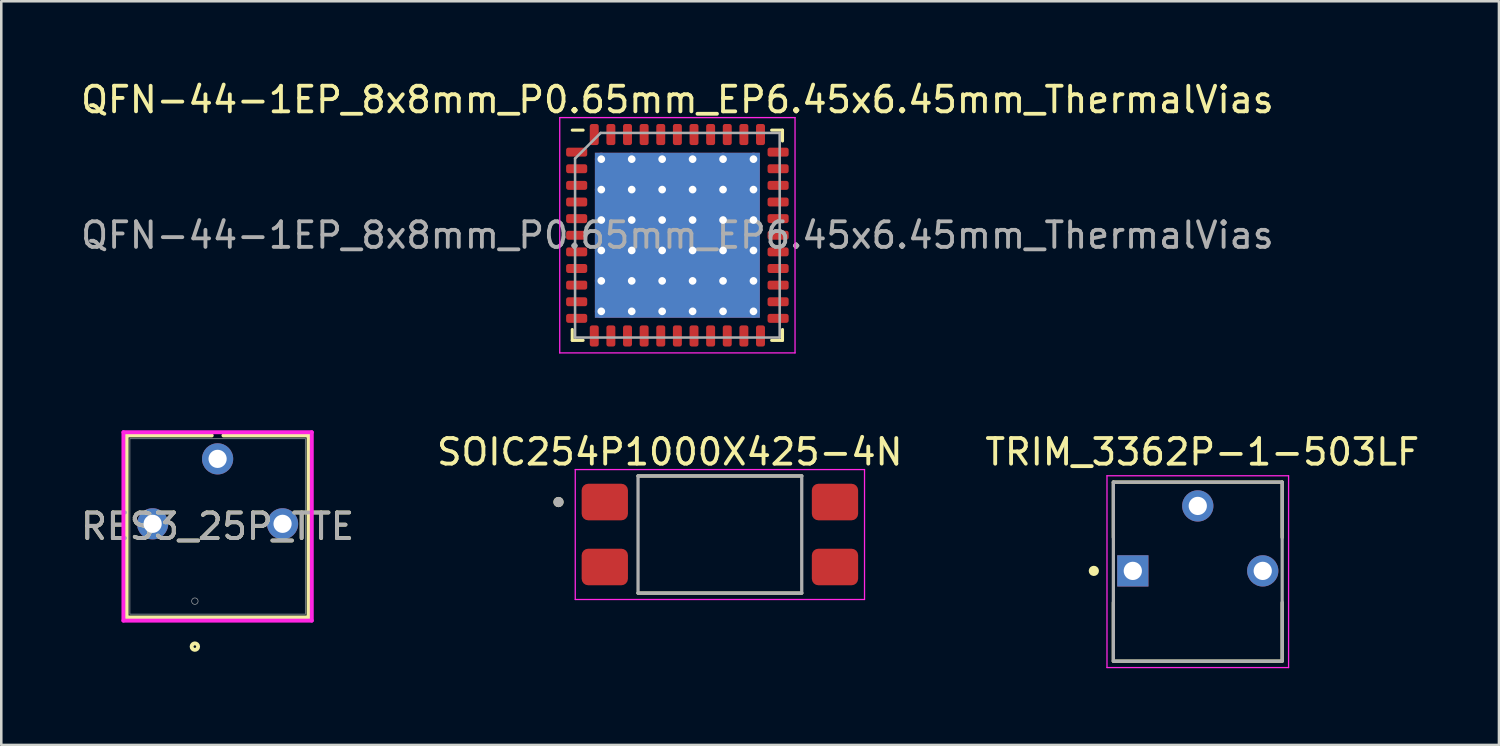
<source format=kicad_pcb>
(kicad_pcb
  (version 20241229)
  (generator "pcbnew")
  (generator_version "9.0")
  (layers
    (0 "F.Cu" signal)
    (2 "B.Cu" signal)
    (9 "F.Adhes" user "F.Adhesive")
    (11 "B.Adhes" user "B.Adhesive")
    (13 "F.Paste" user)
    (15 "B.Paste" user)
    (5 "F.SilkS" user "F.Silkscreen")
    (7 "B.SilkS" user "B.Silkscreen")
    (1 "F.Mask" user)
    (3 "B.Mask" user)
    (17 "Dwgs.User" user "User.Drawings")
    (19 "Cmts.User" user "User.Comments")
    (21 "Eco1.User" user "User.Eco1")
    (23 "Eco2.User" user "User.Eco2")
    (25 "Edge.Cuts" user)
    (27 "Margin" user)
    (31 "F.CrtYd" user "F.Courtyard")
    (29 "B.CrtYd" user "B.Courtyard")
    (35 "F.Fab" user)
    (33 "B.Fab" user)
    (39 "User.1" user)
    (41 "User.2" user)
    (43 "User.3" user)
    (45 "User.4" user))
  (footprint "QFN-44-1EP_8x8mm_P0.65mm_EP6.45x6.45mm_ThermalVias"
    (layer "F.Cu")
    (at 23.435 6.148)
    (property "Reference" "QFN-44-1EP_8x8mm_P0.65mm_EP6.45x6.45mm_ThermalVias" (at 0 -5.3 0) (layer "F.SilkS") (effects (font (size 1 1) (thickness 0.15))))
    (attr smd)
    (fp_line (start -4.11 4.11) (end -4.11 3.685) (stroke (width 0.12) (type solid)) (layer "F.SilkS"))
    (fp_line (start -3.685 -4.11) (end -4.11 -4.11) (stroke (width 0.12) (type solid)) (layer "F.SilkS"))
    (fp_line (start -3.685 4.11) (end -4.11 4.11) (stroke (width 0.12) (type solid)) (layer "F.SilkS"))
    (fp_line (start 3.685 -4.11) (end 4.11 -4.11) (stroke (width 0.12) (type solid)) (layer "F.SilkS"))
    (fp_line (start 3.685 4.11) (end 4.11 4.11) (stroke (width 0.12) (type solid)) (layer "F.SilkS"))
    (fp_line (start 4.11 -4.11) (end 4.11 -3.685) (stroke (width 0.12) (type solid)) (layer "F.SilkS"))
    (fp_line (start 4.11 4.11) (end 4.11 3.685) (stroke (width 0.12) (type solid)) (layer "F.SilkS"))
    (fp_line (start -4.6 -4.6) (end -4.6 4.6) (stroke (width 0.05) (type solid)) (layer "F.CrtYd"))
    (fp_line (start -4.6 4.6) (end 4.6 4.6) (stroke (width 0.05) (type solid)) (layer "F.CrtYd"))
    (fp_line (start 4.6 -4.6) (end -4.6 -4.6) (stroke (width 0.05) (type solid)) (layer "F.CrtYd"))
    (fp_line (start 4.6 4.6) (end 4.6 -4.6) (stroke (width 0.05) (type solid)) (layer "F.CrtYd"))
    (fp_line (start -4 -3) (end -3 -4) (stroke (width 0.1) (type solid)) (layer "F.Fab"))
    (fp_line (start -4 4) (end -4 -3) (stroke (width 0.1) (type solid)) (layer "F.Fab"))
    (fp_line (start -3 -4) (end 4 -4) (stroke (width 0.1) (type solid)) (layer "F.Fab"))
    (fp_line (start 4 -4) (end 4 4) (stroke (width 0.1) (type solid)) (layer "F.Fab"))
    (fp_line (start 4 4) (end -4 4) (stroke (width 0.1) (type solid)) (layer "F.Fab"))
    (fp_text user "${REFERENCE}" (at 0 0 0) (layer "F.Fab") (effects (font (size 1 1) (thickness 0.15))))
    (pad "" smd roundrect (at -2.38 -2.38) (size 0.999 0.999) (layers "F.Paste") (roundrect_rratio 0.25))
    (pad "" smd roundrect (at -2.38 -1.19) (size 0.999 0.999) (layers "F.Paste") (roundrect_rratio 0.25))
    (pad "" smd roundrect (at -2.38 0) (size 0.999 0.999) (layers "F.Paste") (roundrect_rratio 0.25))
    (pad "" smd roundrect (at -2.38 1.19) (size 0.999 0.999) (layers "F.Paste") (roundrect_rratio 0.25))
    (pad "" smd roundrect (at -2.38 2.38) (size 0.999 0.999) (layers "F.Paste") (roundrect_rratio 0.25))
    (pad "" smd roundrect (at -1.19 -2.38) (size 0.999 0.999) (layers "F.Paste") (roundrect_rratio 0.25))
    (pad "" smd roundrect (at -1.19 -1.19) (size 0.999 0.999) (layers "F.Paste") (roundrect_rratio 0.25))
    (pad "" smd roundrect (at -1.19 0) (size 0.999 0.999) (layers "F.Paste") (roundrect_rratio 0.25))
    (pad "" smd roundrect (at -1.19 1.19) (size 0.999 0.999) (layers "F.Paste") (roundrect_rratio 0.25))
    (pad "" smd roundrect (at -1.19 2.38) (size 0.999 0.999) (layers "F.Paste") (roundrect_rratio 0.25))
    (pad "" smd roundrect (at 0 -2.38) (size 0.999 0.999) (layers "F.Paste") (roundrect_rratio 0.25))
    (pad "" smd roundrect (at 0 -1.19) (size 0.999 0.999) (layers "F.Paste") (roundrect_rratio 0.25))
    (pad "" smd roundrect (at 0 0) (size 0.999 0.999) (layers "F.Paste") (roundrect_rratio 0.25))
    (pad "" smd roundrect (at 0 1.19) (size 0.999 0.999) (layers "F.Paste") (roundrect_rratio 0.25))
    (pad "" smd roundrect (at 0 2.38) (size 0.999 0.999) (layers "F.Paste") (roundrect_rratio 0.25))
    (pad "" smd roundrect (at 1.19 -2.38) (size 0.999 0.999) (layers "F.Paste") (roundrect_rratio 0.25))
    (pad "" smd roundrect (at 1.19 -1.19) (size 0.999 0.999) (layers "F.Paste") (roundrect_rratio 0.25))
    (pad "" smd roundrect (at 1.19 0) (size 0.999 0.999) (layers "F.Paste") (roundrect_rratio 0.25))
    (pad "" smd roundrect (at 1.19 1.19) (size 0.999 0.999) (layers "F.Paste") (roundrect_rratio 0.25))
    (pad "" smd roundrect (at 1.19 2.38) (size 0.999 0.999) (layers "F.Paste") (roundrect_rratio 0.25))
    (pad "" smd roundrect (at 2.38 -2.38) (size 0.999 0.999) (layers "F.Paste") (roundrect_rratio 0.25))
    (pad "" smd roundrect (at 2.38 -1.19) (size 0.999 0.999) (layers "F.Paste") (roundrect_rratio 0.25))
    (pad "" smd roundrect (at 2.38 0) (size 0.999 0.999) (layers "F.Paste") (roundrect_rratio 0.25))
    (pad "" smd roundrect (at 2.38 1.19) (size 0.999 0.999) (layers "F.Paste") (roundrect_rratio 0.25))
    (pad "" smd roundrect (at 2.38 2.38) (size 0.999 0.999) (layers "F.Paste") (roundrect_rratio 0.25))
    (pad "1" smd roundrect (at -3.938 -3.25) (size 0.825 0.35) (layers "F.Cu" "F.Mask" "F.Paste") (roundrect_rratio 0.25))
    (pad "2" smd roundrect (at -3.938 -2.6) (size 0.825 0.35) (layers "F.Cu" "F.Mask" "F.Paste") (roundrect_rratio 0.25))
    (pad "3" smd roundrect (at -3.938 -1.95) (size 0.825 0.35) (layers "F.Cu" "F.Mask" "F.Paste") (roundrect_rratio 0.25))
    (pad "4" smd roundrect (at -3.938 -1.3) (size 0.825 0.35) (layers "F.Cu" "F.Mask" "F.Paste") (roundrect_rratio 0.25))
    (pad "5" smd roundrect (at -3.938 -0.65) (size 0.825 0.35) (layers "F.Cu" "F.Mask" "F.Paste") (roundrect_rratio 0.25))
    (pad "6" smd roundrect (at -3.938 0) (size 0.825 0.35) (layers "F.Cu" "F.Mask" "F.Paste") (roundrect_rratio 0.25))
    (pad "7" smd roundrect (at -3.938 0.65) (size 0.825 0.35) (layers "F.Cu" "F.Mask" "F.Paste") (roundrect_rratio 0.25))
    (pad "8" smd roundrect (at -3.938 1.3) (size 0.825 0.35) (layers "F.Cu" "F.Mask" "F.Paste") (roundrect_rratio 0.25))
    (pad "9" smd roundrect (at -3.938 1.95) (size 0.825 0.35) (layers "F.Cu" "F.Mask" "F.Paste") (roundrect_rratio 0.25))
    (pad "10" smd roundrect (at -3.938 2.6) (size 0.825 0.35) (layers "F.Cu" "F.Mask" "F.Paste") (roundrect_rratio 0.25))
    (pad "11" smd roundrect (at -3.938 3.25) (size 0.825 0.35) (layers "F.Cu" "F.Mask" "F.Paste") (roundrect_rratio 0.25))
    (pad "12" smd roundrect (at -3.25 3.938) (size 0.35 0.825) (layers "F.Cu" "F.Mask" "F.Paste") (roundrect_rratio 0.25))
    (pad "13" smd roundrect (at -2.6 3.938) (size 0.35 0.825) (layers "F.Cu" "F.Mask" "F.Paste") (roundrect_rratio 0.25))
    (pad "14" smd roundrect (at -1.95 3.938) (size 0.35 0.825) (layers "F.Cu" "F.Mask" "F.Paste") (roundrect_rratio 0.25))
    (pad "15" smd roundrect (at -1.3 3.938) (size 0.35 0.825) (layers "F.Cu" "F.Mask" "F.Paste") (roundrect_rratio 0.25))
    (pad "16" smd roundrect (at -0.65 3.938) (size 0.35 0.825) (layers "F.Cu" "F.Mask" "F.Paste") (roundrect_rratio 0.25))
    (pad "17" smd roundrect (at 0 3.938) (size 0.35 0.825) (layers "F.Cu" "F.Mask" "F.Paste") (roundrect_rratio 0.25))
    (pad "18" smd roundrect (at 0.65 3.938) (size 0.35 0.825) (layers "F.Cu" "F.Mask" "F.Paste") (roundrect_rratio 0.25))
    (pad "19" smd roundrect (at 1.3 3.938) (size 0.35 0.825) (layers "F.Cu" "F.Mask" "F.Paste") (roundrect_rratio 0.25))
    (pad "20" smd roundrect (at 1.95 3.938) (size 0.35 0.825) (layers "F.Cu" "F.Mask" "F.Paste") (roundrect_rratio 0.25))
    (pad "21" smd roundrect (at 2.6 3.938) (size 0.35 0.825) (layers "F.Cu" "F.Mask" "F.Paste") (roundrect_rratio 0.25))
    (pad "22" smd roundrect (at 3.25 3.938) (size 0.35 0.825) (layers "F.Cu" "F.Mask" "F.Paste") (roundrect_rratio 0.25))
    (pad "23" smd roundrect (at 3.938 3.25) (size 0.825 0.35) (layers "F.Cu" "F.Mask" "F.Paste") (roundrect_rratio 0.25))
    (pad "24" smd roundrect (at 3.938 2.6) (size 0.825 0.35) (layers "F.Cu" "F.Mask" "F.Paste") (roundrect_rratio 0.25))
    (pad "25" smd roundrect (at 3.938 1.95) (size 0.825 0.35) (layers "F.Cu" "F.Mask" "F.Paste") (roundrect_rratio 0.25))
    (pad "26" smd roundrect (at 3.938 1.3) (size 0.825 0.35) (layers "F.Cu" "F.Mask" "F.Paste") (roundrect_rratio 0.25))
    (pad "27" smd roundrect (at 3.938 0.65) (size 0.825 0.35) (layers "F.Cu" "F.Mask" "F.Paste") (roundrect_rratio 0.25))
    (pad "28" smd roundrect (at 3.938 0) (size 0.825 0.35) (layers "F.Cu" "F.Mask" "F.Paste") (roundrect_rratio 0.25))
    (pad "29" smd roundrect (at 3.938 -0.65) (size 0.825 0.35) (layers "F.Cu" "F.Mask" "F.Paste") (roundrect_rratio 0.25))
    (pad "30" smd roundrect (at 3.938 -1.3) (size 0.825 0.35) (layers "F.Cu" "F.Mask" "F.Paste") (roundrect_rratio 0.25))
    (pad "31" smd roundrect (at 3.938 -1.95) (size 0.825 0.35) (layers "F.Cu" "F.Mask" "F.Paste") (roundrect_rratio 0.25))
    (pad "32" smd roundrect (at 3.938 -2.6) (size 0.825 0.35) (layers "F.Cu" "F.Mask" "F.Paste") (roundrect_rratio 0.25))
    (pad "33" smd roundrect (at 3.938 -3.25) (size 0.825 0.35) (layers "F.Cu" "F.Mask" "F.Paste") (roundrect_rratio 0.25))
    (pad "34" smd roundrect (at 3.25 -3.938) (size 0.35 0.825) (layers "F.Cu" "F.Mask" "F.Paste") (roundrect_rratio 0.25))
    (pad "35" smd roundrect (at 2.6 -3.938) (size 0.35 0.825) (layers "F.Cu" "F.Mask" "F.Paste") (roundrect_rratio 0.25))
    (pad "36" smd roundrect (at 1.95 -3.938) (size 0.35 0.825) (layers "F.Cu" "F.Mask" "F.Paste") (roundrect_rratio 0.25))
    (pad "37" smd roundrect (at 1.3 -3.938) (size 0.35 0.825) (layers "F.Cu" "F.Mask" "F.Paste") (roundrect_rratio 0.25))
    (pad "38" smd roundrect (at 0.65 -3.938) (size 0.35 0.825) (layers "F.Cu" "F.Mask" "F.Paste") (roundrect_rratio 0.25))
    (pad "39" smd roundrect (at 0 -3.938) (size 0.35 0.825) (layers "F.Cu" "F.Mask" "F.Paste") (roundrect_rratio 0.25))
    (pad "40" smd roundrect (at -0.65 -3.938) (size 0.35 0.825) (layers "F.Cu" "F.Mask" "F.Paste") (roundrect_rratio 0.25))
    (pad "41" smd roundrect (at -1.3 -3.938) (size 0.35 0.825) (layers "F.Cu" "F.Mask" "F.Paste") (roundrect_rratio 0.25))
    (pad "42" smd roundrect (at -1.95 -3.938) (size 0.35 0.825) (layers "F.Cu" "F.Mask" "F.Paste") (roundrect_rratio 0.25))
    (pad "43" smd roundrect (at -2.6 -3.938) (size 0.35 0.825) (layers "F.Cu" "F.Mask" "F.Paste") (roundrect_rratio 0.25))
    (pad "44" smd roundrect (at -3.25 -3.938) (size 0.35 0.825) (layers "F.Cu" "F.Mask" "F.Paste") (roundrect_rratio 0.25))
    (pad "45" thru_hole circle (at -2.975 -2.975) (size 0.5 0.5) (drill 0.3) (layers "*.Cu"))
    (pad "45" thru_hole circle (at -2.975 -1.785) (size 0.5 0.5) (drill 0.3) (layers "*.Cu"))
    (pad "45" thru_hole circle (at -2.975 -0.595) (size 0.5 0.5) (drill 0.3) (layers "*.Cu"))
    (pad "45" thru_hole circle (at -2.975 0.595) (size 0.5 0.5) (drill 0.3) (layers "*.Cu"))
    (pad "45" thru_hole circle (at -2.975 1.785) (size 0.5 0.5) (drill 0.3) (layers "*.Cu"))
    (pad "45" thru_hole circle (at -2.975 2.975) (size 0.5 0.5) (drill 0.3) (layers "*.Cu"))
    (pad "45" thru_hole circle (at -1.785 -2.975) (size 0.5 0.5) (drill 0.3) (layers "*.Cu"))
    (pad "45" thru_hole circle (at -1.785 -1.785) (size 0.5 0.5) (drill 0.3) (layers "*.Cu"))
    (pad "45" thru_hole circle (at -1.785 -0.595) (size 0.5 0.5) (drill 0.3) (layers "*.Cu"))
    (pad "45" thru_hole circle (at -1.785 0.595) (size 0.5 0.5) (drill 0.3) (layers "*.Cu"))
    (pad "45" thru_hole circle (at -1.785 1.785) (size 0.5 0.5) (drill 0.3) (layers "*.Cu"))
    (pad "45" thru_hole circle (at -1.785 2.975) (size 0.5 0.5) (drill 0.3) (layers "*.Cu"))
    (pad "45" thru_hole circle (at -0.595 -2.975) (size 0.5 0.5) (drill 0.3) (layers "*.Cu"))
    (pad "45" thru_hole circle (at -0.595 -1.785) (size 0.5 0.5) (drill 0.3) (layers "*.Cu"))
    (pad "45" thru_hole circle (at -0.595 -0.595) (size 0.5 0.5) (drill 0.3) (layers "*.Cu"))
    (pad "45" thru_hole circle (at -0.595 0.595) (size 0.5 0.5) (drill 0.3) (layers "*.Cu"))
    (pad "45" thru_hole circle (at -0.595 1.785) (size 0.5 0.5) (drill 0.3) (layers "*.Cu"))
    (pad "45" thru_hole circle (at -0.595 2.975) (size 0.5 0.5) (drill 0.3) (layers "*.Cu"))
    (pad "45" smd rect (at 0 0) (size 6.45 6.45) (layers "F.Cu" "F.Mask"))
    (pad "45" smd rect (at 0 0) (size 6.45 6.45) (layers "B.Cu"))
    (pad "45" thru_hole circle (at 0.595 -2.975) (size 0.5 0.5) (drill 0.3) (layers "*.Cu"))
    (pad "45" thru_hole circle (at 0.595 -1.785) (size 0.5 0.5) (drill 0.3) (layers "*.Cu"))
    (pad "45" thru_hole circle (at 0.595 -0.595) (size 0.5 0.5) (drill 0.3) (layers "*.Cu"))
    (pad "45" thru_hole circle (at 0.595 0.595) (size 0.5 0.5) (drill 0.3) (layers "*.Cu"))
    (pad "45" thru_hole circle (at 0.595 1.785) (size 0.5 0.5) (drill 0.3) (layers "*.Cu"))
    (pad "45" thru_hole circle (at 0.595 2.975) (size 0.5 0.5) (drill 0.3) (layers "*.Cu"))
    (pad "45" thru_hole circle (at 1.785 -2.975) (size 0.5 0.5) (drill 0.3) (layers "*.Cu"))
    (pad "45" thru_hole circle (at 1.785 -1.785) (size 0.5 0.5) (drill 0.3) (layers "*.Cu"))
    (pad "45" thru_hole circle (at 1.785 -0.595) (size 0.5 0.5) (drill 0.3) (layers "*.Cu"))
    (pad "45" thru_hole circle (at 1.785 0.595) (size 0.5 0.5) (drill 0.3) (layers "*.Cu"))
    (pad "45" thru_hole circle (at 1.785 1.785) (size 0.5 0.5) (drill 0.3) (layers "*.Cu"))
    (pad "45" thru_hole circle (at 1.785 2.975) (size 0.5 0.5) (drill 0.3) (layers "*.Cu"))
    (pad "45" thru_hole circle (at 2.975 -2.975) (size 0.5 0.5) (drill 0.3) (layers "*.Cu"))
    (pad "45" thru_hole circle (at 2.975 -1.785) (size 0.5 0.5) (drill 0.3) (layers "*.Cu"))
    (pad "45" thru_hole circle (at 2.975 -0.595) (size 0.5 0.5) (drill 0.3) (layers "*.Cu"))
    (pad "45" thru_hole circle (at 2.975 0.595) (size 0.5 0.5) (drill 0.3) (layers "*.Cu"))
    (pad "45" thru_hole circle (at 2.975 1.785) (size 0.5 0.5) (drill 0.3) (layers "*.Cu"))
    (pad "45" thru_hole circle (at 2.975 2.975) (size 0.5 0.5) (drill 0.3) (layers "*.Cu")))
  (footprint "RES3_25P_TTE"
    (layer "F.Cu")
    (at 2.918 17.431)
    (property "Reference" "RES3_25P_TTE" (at 2.54 0.102 0) (unlocked yes) (layer "F.SilkS") (effects (font (size 1 1) (thickness 0.15))))
    (attr through_hole)
    (fp_line (start -1.016 -3.454) (end -1.016 3.658) (stroke (width 0.152) (type solid)) (layer "F.SilkS"))
    (fp_line (start -1.016 3.658) (end 6.096 3.658) (stroke (width 0.152) (type solid)) (layer "F.SilkS"))
    (fp_line (start 2.312 -3.454) (end -1.016 -3.454) (stroke (width 0.152) (type solid)) (layer "F.SilkS"))
    (fp_line (start 6.096 -3.454) (end 2.768 -3.454) (stroke (width 0.152) (type solid)) (layer "F.SilkS"))
    (fp_line (start 6.096 3.658) (end 6.096 -3.454) (stroke (width 0.152) (type solid)) (layer "F.SilkS"))
    (fp_circle (center 1.651 4.801) (end 1.778 4.801) (stroke (width 0.152) (type solid)) (fill no) (layer "F.SilkS"))
    (fp_line (start -1.143 -3.581) (end 6.223 -3.581) (stroke (width 0.152) (type solid)) (layer "F.CrtYd"))
    (fp_line (start -1.143 3.785) (end -1.143 -3.581) (stroke (width 0.152) (type solid)) (layer "F.CrtYd"))
    (fp_line (start 6.223 -3.581) (end 6.223 3.785) (stroke (width 0.152) (type solid)) (layer "F.CrtYd"))
    (fp_line (start 6.223 3.785) (end -1.143 3.785) (stroke (width 0.152) (type solid)) (layer "F.CrtYd"))
    (fp_line (start -0.889 -3.327) (end -0.889 3.531) (stroke (width 0.025) (type solid)) (layer "F.Fab"))
    (fp_line (start -0.889 3.531) (end 5.969 3.531) (stroke (width 0.025) (type solid)) (layer "F.Fab"))
    (fp_line (start 5.969 -3.327) (end -0.889 -3.327) (stroke (width 0.025) (type solid)) (layer "F.Fab"))
    (fp_line (start 5.969 3.531) (end 5.969 -3.327) (stroke (width 0.025) (type solid)) (layer "F.Fab"))
    (fp_circle (center 1.651 3.023) (end 1.778 3.023) (stroke (width 0.025) (type solid)) (fill no) (layer "F.Fab"))
    (fp_text user "${REFERENCE}" (at 2.54 0.102 0) (unlocked yes) (layer "F.Fab") (effects (font (size 1 1) (thickness 0.15))))
    (pad "1" thru_hole circle (at 0 0) (size 1.219 1.219) (drill 0.711) (layers "*.Cu" "*.Mask"))
    (pad "2" thru_hole circle (at 2.54 -2.54) (size 1.219 1.219) (drill 0.711) (layers "*.Cu" "*.Mask"))
    (pad "3" thru_hole circle (at 5.08 0) (size 1.219 1.219) (drill 0.711) (layers "*.Cu" "*.Mask")))
  (footprint "SOIC254P1000X425-4N"
    (layer "F.Cu")
    (at 25.097 17.849)
    (property "Reference" "SOIC254P1000X425-4N" (at -1.96 -3.227 0) (layer "F.SilkS") (effects (font (size 1 1) (thickness 0.15))))
    (attr smd)
    (fp_line (start -3.2 -2.29) (end 3.2 -2.29) (stroke (width 0.127) (type solid)) (layer "F.SilkS"))
    (fp_line (start -3.2 2.29) (end 3.2 2.29) (stroke (width 0.127) (type solid)) (layer "F.SilkS"))
    (fp_circle (center -6.31 -1.27) (end -6.21 -1.27) (stroke (width 0.2) (type solid)) (fill no) (layer "F.SilkS"))
    (fp_line (start -5.655 -2.54) (end -5.655 2.54) (stroke (width 0.05) (type solid)) (layer "F.CrtYd"))
    (fp_line (start -5.655 -2.54) (end 5.655 -2.54) (stroke (width 0.05) (type solid)) (layer "F.CrtYd"))
    (fp_line (start -5.655 2.54) (end 5.655 2.54) (stroke (width 0.05) (type solid)) (layer "F.CrtYd"))
    (fp_line (start 5.655 -2.54) (end 5.655 2.54) (stroke (width 0.05) (type solid)) (layer "F.CrtYd"))
    (fp_line (start -3.2 -2.29) (end -3.2 2.29) (stroke (width 0.127) (type solid)) (layer "F.Fab"))
    (fp_line (start -3.2 -2.29) (end 3.2 -2.29) (stroke (width 0.127) (type solid)) (layer "F.Fab"))
    (fp_line (start -3.2 2.29) (end 3.2 2.29) (stroke (width 0.127) (type solid)) (layer "F.Fab"))
    (fp_line (start 3.2 -2.29) (end 3.2 2.29) (stroke (width 0.127) (type solid)) (layer "F.Fab"))
    (fp_circle (center -6.31 -1.27) (end -6.21 -1.27) (stroke (width 0.2) (type solid)) (fill no) (layer "F.Fab"))
    (pad "1" smd roundrect (at -4.5 -1.27) (size 1.81 1.43) (layers "F.Cu" "F.Mask" "F.Paste") (roundrect_rratio 0.18))
    (pad "2" smd roundrect (at -4.5 1.27) (size 1.81 1.43) (layers "F.Cu" "F.Mask" "F.Paste") (roundrect_rratio 0.18))
    (pad "3" smd roundrect (at 4.5 1.27) (size 1.81 1.43) (layers "F.Cu" "F.Mask" "F.Paste") (roundrect_rratio 0.18))
    (pad "4" smd roundrect (at 4.5 -1.27) (size 1.81 1.43) (layers "F.Cu" "F.Mask" "F.Paste") (roundrect_rratio 0.18)))
  (footprint "TRIM_3362P-1-503LF"
    (layer "F.Cu")
    (at 43.782 19.271)
    (property "Reference" "TRIM_3362P-1-503LF" (at 0.175 -4.648 0) (layer "F.SilkS") (effects (font (size 1.003 1.003) (thickness 0.15))))
    (attr through_hole)
    (fp_line (start -3.3 -3.47) (end 3.3 -3.47) (stroke (width 0.127) (type solid)) (layer "F.SilkS"))
    (fp_line (start -3.3 -1.305) (end -3.3 -3.47) (stroke (width 0.127) (type solid)) (layer "F.SilkS"))
    (fp_line (start -3.3 3.52) (end -3.3 1.235) (stroke (width 0.127) (type solid)) (layer "F.SilkS"))
    (fp_line (start 3.3 -3.47) (end 3.3 -1.305) (stroke (width 0.127) (type solid)) (layer "F.SilkS"))
    (fp_line (start 3.3 1.235) (end 3.3 3.52) (stroke (width 0.127) (type solid)) (layer "F.SilkS"))
    (fp_line (start 3.3 3.53) (end -3.3 3.53) (stroke (width 0.127) (type solid)) (layer "F.SilkS"))
    (fp_circle (center -4.064 0) (end -3.964 0) (stroke (width 0.2) (type solid)) (fill no) (layer "F.SilkS"))
    (fp_line (start -3.55 -3.72) (end 3.55 -3.72) (stroke (width 0.05) (type solid)) (layer "F.CrtYd"))
    (fp_line (start -3.55 3.78) (end -3.55 -3.72) (stroke (width 0.05) (type solid)) (layer "F.CrtYd"))
    (fp_line (start 3.55 -3.72) (end 3.55 3.78) (stroke (width 0.05) (type solid)) (layer "F.CrtYd"))
    (fp_line (start 3.55 3.78) (end -3.55 3.78) (stroke (width 0.05) (type solid)) (layer "F.CrtYd"))
    (fp_line (start -3.3 -3.47) (end 3.3 -3.47) (stroke (width 0.127) (type solid)) (layer "F.Fab"))
    (fp_line (start -3.3 3.53) (end -3.3 -3.47) (stroke (width 0.127) (type solid)) (layer "F.Fab"))
    (fp_line (start 3.3 -3.47) (end 3.3 3.53) (stroke (width 0.127) (type solid)) (layer "F.Fab"))
    (fp_line (start 3.3 3.53) (end -3.3 3.53) (stroke (width 0.127) (type solid)) (layer "F.Fab"))
    (pad "1" thru_hole rect (at -2.54 0) (size 1.222 1.222) (drill 0.714) (layers "*.Cu" "*.Mask"))
    (pad "2" thru_hole circle (at 0 -2.54) (size 1.222 1.222) (drill 0.714) (layers "*.Cu" "*.Mask"))
    (pad "3" thru_hole circle (at 2.54 0) (size 1.222 1.222) (drill 0.714) (layers "*.Cu" "*.Mask")))
  (gr_rect
    (start -3 -3)
    (end 55.558 26.076)
    (stroke (width 0.1) (type default))
    (fill no)
    (layer "Edge.Cuts")))
</source>
